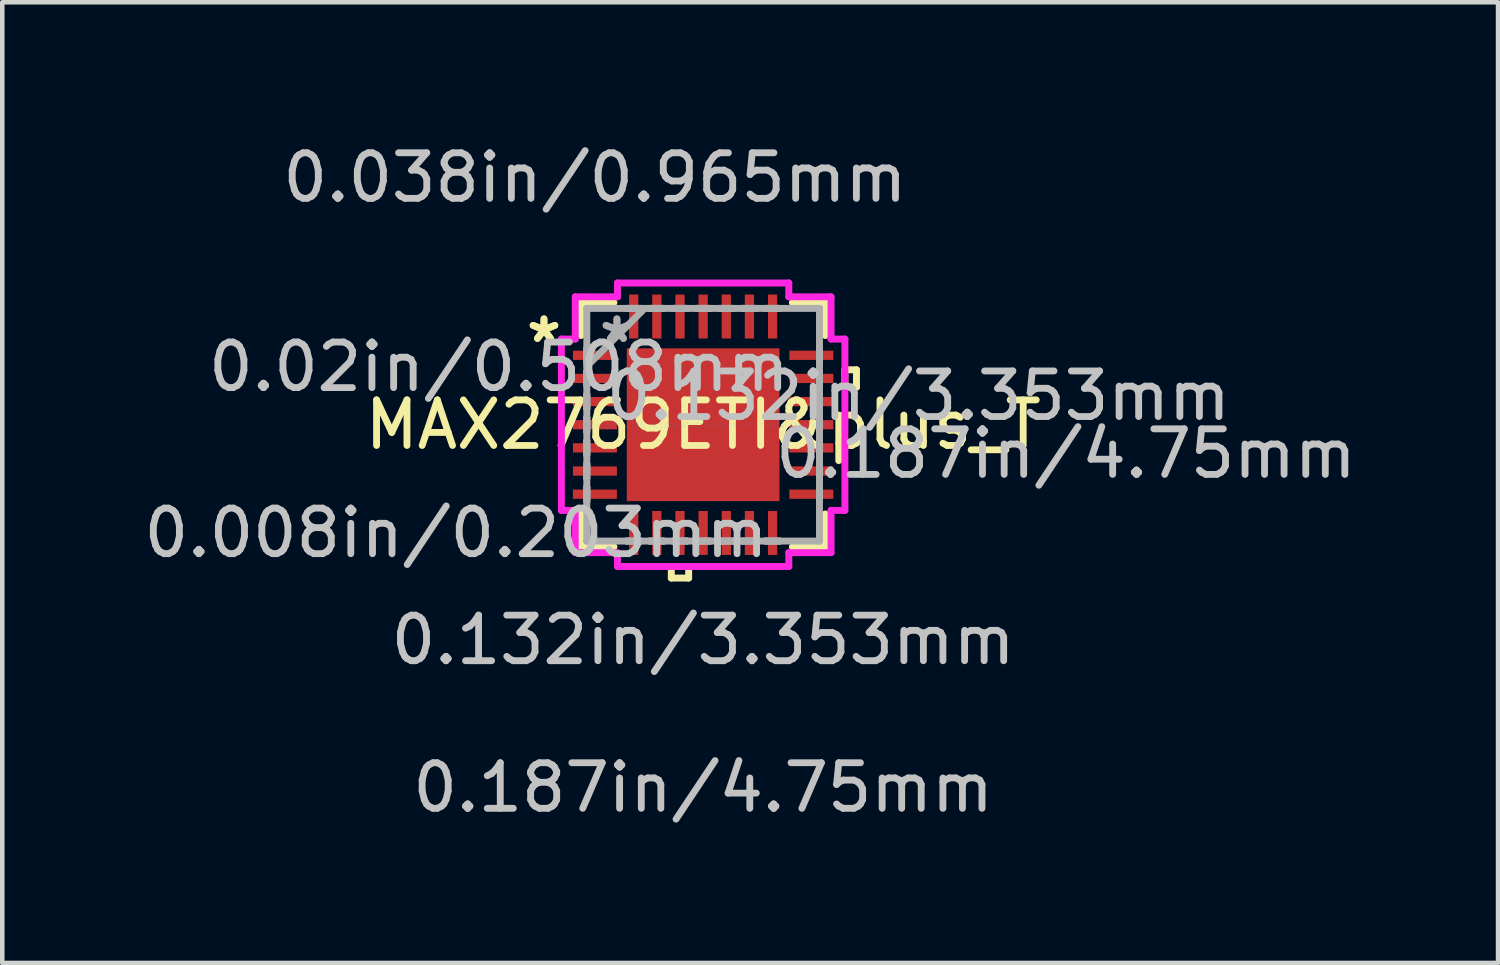
<source format=kicad_pcb>
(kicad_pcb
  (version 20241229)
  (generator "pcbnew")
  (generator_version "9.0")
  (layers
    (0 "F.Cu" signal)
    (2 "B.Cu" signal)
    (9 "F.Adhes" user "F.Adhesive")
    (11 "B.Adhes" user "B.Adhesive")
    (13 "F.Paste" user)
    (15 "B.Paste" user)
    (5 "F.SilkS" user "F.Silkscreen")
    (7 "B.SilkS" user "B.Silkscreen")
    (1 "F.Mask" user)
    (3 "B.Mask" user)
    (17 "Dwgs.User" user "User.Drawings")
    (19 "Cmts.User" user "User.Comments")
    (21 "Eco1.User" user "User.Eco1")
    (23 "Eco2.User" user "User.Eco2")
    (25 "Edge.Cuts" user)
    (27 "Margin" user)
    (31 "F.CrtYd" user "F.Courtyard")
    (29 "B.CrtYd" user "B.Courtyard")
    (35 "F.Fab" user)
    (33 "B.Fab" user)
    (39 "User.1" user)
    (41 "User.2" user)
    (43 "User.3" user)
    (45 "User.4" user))
  (footprint "MAX2769ETI&plus_T"
    (layer "F.Cu")
    (at 12.381 6.271)
    (property "Reference" "MAX2769ETI&plus_T" (at 0 0 0) (layer "F.SilkS") (effects (font (size 1 1) (thickness 0.15))))
    (attr through_hole)
    (fp_line (start -2.68 -2.68) (end -2.68 -1.958) (stroke (width 0.152) (type solid)) (layer "F.SilkS"))
    (fp_line (start -2.68 1.958) (end -2.68 2.68) (stroke (width 0.152) (type solid)) (layer "F.SilkS"))
    (fp_line (start -2.68 2.68) (end -1.958 2.68) (stroke (width 0.152) (type solid)) (layer "F.SilkS"))
    (fp_line (start -1.958 -2.68) (end -2.68 -2.68) (stroke (width 0.152) (type solid)) (layer "F.SilkS"))
    (fp_line (start -0.699 3.111) (end -0.699 3.365) (stroke (width 0.152) (type solid)) (layer "F.SilkS"))
    (fp_line (start -0.699 3.365) (end -0.318 3.365) (stroke (width 0.152) (type solid)) (layer "F.SilkS"))
    (fp_line (start -0.318 3.111) (end -0.699 3.111) (stroke (width 0.152) (type solid)) (layer "F.SilkS"))
    (fp_line (start -0.318 3.365) (end -0.318 3.111) (stroke (width 0.152) (type solid)) (layer "F.SilkS"))
    (fp_line (start 1.958 2.68) (end 2.68 2.68) (stroke (width 0.152) (type solid)) (layer "F.SilkS"))
    (fp_line (start 2.68 -2.68) (end 1.958 -2.68) (stroke (width 0.152) (type solid)) (layer "F.SilkS"))
    (fp_line (start 2.68 -1.958) (end 2.68 -2.68) (stroke (width 0.152) (type solid)) (layer "F.SilkS"))
    (fp_line (start 2.68 2.68) (end 2.68 1.958) (stroke (width 0.152) (type solid)) (layer "F.SilkS"))
    (fp_line (start 3.111 -1.206) (end 3.365 -1.206) (stroke (width 0.152) (type solid)) (layer "F.SilkS"))
    (fp_line (start 3.111 -0.826) (end 3.111 -1.206) (stroke (width 0.152) (type solid)) (layer "F.SilkS"))
    (fp_line (start 3.365 -1.206) (end 3.365 -0.826) (stroke (width 0.152) (type solid)) (layer "F.SilkS"))
    (fp_line (start 3.365 -0.826) (end 3.111 -0.826) (stroke (width 0.152) (type solid)) (layer "F.SilkS"))
    (fp_line (start -1.576 -1.576) (end -1.576 -0.1) (stroke (width 0.152) (type solid)) (layer "F.Paste"))
    (fp_line (start -1.576 -0.1) (end -0.1 -0.1) (stroke (width 0.152) (type solid)) (layer "F.Paste"))
    (fp_line (start -1.576 0.1) (end -1.576 1.576) (stroke (width 0.152) (type solid)) (layer "F.Paste"))
    (fp_line (start -1.576 1.576) (end -0.1 1.576) (stroke (width 0.152) (type solid)) (layer "F.Paste"))
    (fp_line (start -0.1 -1.576) (end -1.576 -1.576) (stroke (width 0.152) (type solid)) (layer "F.Paste"))
    (fp_line (start -0.1 -0.1) (end -0.1 -1.576) (stroke (width 0.152) (type solid)) (layer "F.Paste"))
    (fp_line (start -0.1 0.1) (end -1.576 0.1) (stroke (width 0.152) (type solid)) (layer "F.Paste"))
    (fp_line (start -0.1 1.576) (end -0.1 0.1) (stroke (width 0.152) (type solid)) (layer "F.Paste"))
    (fp_line (start 0.1 -1.576) (end 0.1 -0.1) (stroke (width 0.152) (type solid)) (layer "F.Paste"))
    (fp_line (start 0.1 -0.1) (end 1.576 -0.1) (stroke (width 0.152) (type solid)) (layer "F.Paste"))
    (fp_line (start 0.1 0.1) (end 0.1 1.576) (stroke (width 0.152) (type solid)) (layer "F.Paste"))
    (fp_line (start 0.1 1.576) (end 1.576 1.576) (stroke (width 0.152) (type solid)) (layer "F.Paste"))
    (fp_line (start 1.576 -1.576) (end 0.1 -1.576) (stroke (width 0.152) (type solid)) (layer "F.Paste"))
    (fp_line (start 1.576 -0.1) (end 1.576 -1.576) (stroke (width 0.152) (type solid)) (layer "F.Paste"))
    (fp_line (start 1.576 0.1) (end 0.1 0.1) (stroke (width 0.152) (type solid)) (layer "F.Paste"))
    (fp_line (start 1.576 1.576) (end 1.576 0.1) (stroke (width 0.152) (type solid)) (layer "F.Paste"))
    (fp_line (start -3.111 -1.88) (end -2.807 -1.88) (stroke (width 0.152) (type solid)) (layer "F.CrtYd"))
    (fp_line (start -3.111 1.88) (end -3.111 -1.88) (stroke (width 0.152) (type solid)) (layer "F.CrtYd"))
    (fp_line (start -2.807 -2.807) (end -1.88 -2.807) (stroke (width 0.152) (type solid)) (layer "F.CrtYd"))
    (fp_line (start -2.807 -1.88) (end -2.807 -2.807) (stroke (width 0.152) (type solid)) (layer "F.CrtYd"))
    (fp_line (start -2.807 1.88) (end -3.111 1.88) (stroke (width 0.152) (type solid)) (layer "F.CrtYd"))
    (fp_line (start -2.807 2.807) (end -2.807 1.88) (stroke (width 0.152) (type solid)) (layer "F.CrtYd"))
    (fp_line (start -1.88 -3.111) (end 1.88 -3.111) (stroke (width 0.152) (type solid)) (layer "F.CrtYd"))
    (fp_line (start -1.88 -2.807) (end -1.88 -3.111) (stroke (width 0.152) (type solid)) (layer "F.CrtYd"))
    (fp_line (start -1.88 2.807) (end -2.807 2.807) (stroke (width 0.152) (type solid)) (layer "F.CrtYd"))
    (fp_line (start -1.88 3.111) (end -1.88 2.807) (stroke (width 0.152) (type solid)) (layer "F.CrtYd"))
    (fp_line (start 1.88 -3.111) (end 1.88 -2.807) (stroke (width 0.152) (type solid)) (layer "F.CrtYd"))
    (fp_line (start 1.88 -2.807) (end 2.807 -2.807) (stroke (width 0.152) (type solid)) (layer "F.CrtYd"))
    (fp_line (start 1.88 2.807) (end 1.88 3.111) (stroke (width 0.152) (type solid)) (layer "F.CrtYd"))
    (fp_line (start 1.88 3.111) (end -1.88 3.111) (stroke (width 0.152) (type solid)) (layer "F.CrtYd"))
    (fp_line (start 2.807 -2.807) (end 2.807 -1.88) (stroke (width 0.152) (type solid)) (layer "F.CrtYd"))
    (fp_line (start 2.807 -1.88) (end 3.111 -1.88) (stroke (width 0.152) (type solid)) (layer "F.CrtYd"))
    (fp_line (start 2.807 1.88) (end 2.807 2.807) (stroke (width 0.152) (type solid)) (layer "F.CrtYd"))
    (fp_line (start 2.807 2.807) (end 1.88 2.807) (stroke (width 0.152) (type solid)) (layer "F.CrtYd"))
    (fp_line (start 3.111 -1.88) (end 3.111 1.88) (stroke (width 0.152) (type solid)) (layer "F.CrtYd"))
    (fp_line (start 3.111 1.88) (end 2.807 1.88) (stroke (width 0.152) (type solid)) (layer "F.CrtYd"))
    (fp_line (start -2.553 -2.553) (end -2.553 -2.553) (stroke (width 0.152) (type solid)) (layer "F.Fab"))
    (fp_line (start -2.553 -2.553) (end -2.553 2.553) (stroke (width 0.152) (type solid)) (layer "F.Fab"))
    (fp_line (start -2.553 -1.676) (end -2.553 -1.676) (stroke (width 0.152) (type solid)) (layer "F.Fab"))
    (fp_line (start -2.553 -1.676) (end -2.553 -1.372) (stroke (width 0.152) (type solid)) (layer "F.Fab"))
    (fp_line (start -2.553 -1.372) (end -2.553 -1.676) (stroke (width 0.152) (type solid)) (layer "F.Fab"))
    (fp_line (start -2.553 -1.372) (end -2.553 -1.372) (stroke (width 0.152) (type solid)) (layer "F.Fab"))
    (fp_line (start -2.553 -1.283) (end -1.283 -2.553) (stroke (width 0.152) (type solid)) (layer "F.Fab"))
    (fp_line (start -2.553 -1.168) (end -2.553 -1.168) (stroke (width 0.152) (type solid)) (layer "F.Fab"))
    (fp_line (start -2.553 -1.168) (end -2.553 -0.864) (stroke (width 0.152) (type solid)) (layer "F.Fab"))
    (fp_line (start -2.553 -0.864) (end -2.553 -1.168) (stroke (width 0.152) (type solid)) (layer "F.Fab"))
    (fp_line (start -2.553 -0.864) (end -2.553 -0.864) (stroke (width 0.152) (type solid)) (layer "F.Fab"))
    (fp_line (start -2.553 -0.66) (end -2.553 -0.66) (stroke (width 0.152) (type solid)) (layer "F.Fab"))
    (fp_line (start -2.553 -0.66) (end -2.553 -0.356) (stroke (width 0.152) (type solid)) (layer "F.Fab"))
    (fp_line (start -2.553 -0.356) (end -2.553 -0.66) (stroke (width 0.152) (type solid)) (layer "F.Fab"))
    (fp_line (start -2.553 -0.356) (end -2.553 -0.356) (stroke (width 0.152) (type solid)) (layer "F.Fab"))
    (fp_line (start -2.553 -0.152) (end -2.553 -0.152) (stroke (width 0.152) (type solid)) (layer "F.Fab"))
    (fp_line (start -2.553 -0.152) (end -2.553 0.152) (stroke (width 0.152) (type solid)) (layer "F.Fab"))
    (fp_line (start -2.553 0.152) (end -2.553 -0.152) (stroke (width 0.152) (type solid)) (layer "F.Fab"))
    (fp_line (start -2.553 0.152) (end -2.553 0.152) (stroke (width 0.152) (type solid)) (layer "F.Fab"))
    (fp_line (start -2.553 0.356) (end -2.553 0.356) (stroke (width 0.152) (type solid)) (layer "F.Fab"))
    (fp_line (start -2.553 0.356) (end -2.553 0.66) (stroke (width 0.152) (type solid)) (layer "F.Fab"))
    (fp_line (start -2.553 0.66) (end -2.553 0.356) (stroke (width 0.152) (type solid)) (layer "F.Fab"))
    (fp_line (start -2.553 0.66) (end -2.553 0.66) (stroke (width 0.152) (type solid)) (layer "F.Fab"))
    (fp_line (start -2.553 0.864) (end -2.553 0.864) (stroke (width 0.152) (type solid)) (layer "F.Fab"))
    (fp_line (start -2.553 0.864) (end -2.553 1.168) (stroke (width 0.152) (type solid)) (layer "F.Fab"))
    (fp_line (start -2.553 1.168) (end -2.553 0.864) (stroke (width 0.152) (type solid)) (layer "F.Fab"))
    (fp_line (start -2.553 1.168) (end -2.553 1.168) (stroke (width 0.152) (type solid)) (layer "F.Fab"))
    (fp_line (start -2.553 1.372) (end -2.553 1.372) (stroke (width 0.152) (type solid)) (layer "F.Fab"))
    (fp_line (start -2.553 1.372) (end -2.553 1.676) (stroke (width 0.152) (type solid)) (layer "F.Fab"))
    (fp_line (start -2.553 1.676) (end -2.553 1.372) (stroke (width 0.152) (type solid)) (layer "F.Fab"))
    (fp_line (start -2.553 1.676) (end -2.553 1.676) (stroke (width 0.152) (type solid)) (layer "F.Fab"))
    (fp_line (start -2.553 2.553) (end -2.553 2.553) (stroke (width 0.152) (type solid)) (layer "F.Fab"))
    (fp_line (start -2.553 2.553) (end 2.553 2.553) (stroke (width 0.152) (type solid)) (layer "F.Fab"))
    (fp_line (start -1.676 -2.553) (end -1.676 -2.553) (stroke (width 0.152) (type solid)) (layer "F.Fab"))
    (fp_line (start -1.676 -2.553) (end -1.372 -2.553) (stroke (width 0.152) (type solid)) (layer "F.Fab"))
    (fp_line (start -1.676 2.553) (end -1.676 2.553) (stroke (width 0.152) (type solid)) (layer "F.Fab"))
    (fp_line (start -1.676 2.553) (end -1.372 2.553) (stroke (width 0.152) (type solid)) (layer "F.Fab"))
    (fp_line (start -1.372 -2.553) (end -1.676 -2.553) (stroke (width 0.152) (type solid)) (layer "F.Fab"))
    (fp_line (start -1.372 -2.553) (end -1.372 -2.553) (stroke (width 0.152) (type solid)) (layer "F.Fab"))
    (fp_line (start -1.372 2.553) (end -1.676 2.553) (stroke (width 0.152) (type solid)) (layer "F.Fab"))
    (fp_line (start -1.372 2.553) (end -1.372 2.553) (stroke (width 0.152) (type solid)) (layer "F.Fab"))
    (fp_line (start -1.168 -2.553) (end -1.168 -2.553) (stroke (width 0.152) (type solid)) (layer "F.Fab"))
    (fp_line (start -1.168 -2.553) (end -0.864 -2.553) (stroke (width 0.152) (type solid)) (layer "F.Fab"))
    (fp_line (start -1.168 2.553) (end -1.168 2.553) (stroke (width 0.152) (type solid)) (layer "F.Fab"))
    (fp_line (start -1.168 2.553) (end -0.864 2.553) (stroke (width 0.152) (type solid)) (layer "F.Fab"))
    (fp_line (start -0.864 -2.553) (end -1.168 -2.553) (stroke (width 0.152) (type solid)) (layer "F.Fab"))
    (fp_line (start -0.864 -2.553) (end -0.864 -2.553) (stroke (width 0.152) (type solid)) (layer "F.Fab"))
    (fp_line (start -0.864 2.553) (end -1.168 2.553) (stroke (width 0.152) (type solid)) (layer "F.Fab"))
    (fp_line (start -0.864 2.553) (end -0.864 2.553) (stroke (width 0.152) (type solid)) (layer "F.Fab"))
    (fp_line (start -0.66 -2.553) (end -0.66 -2.553) (stroke (width 0.152) (type solid)) (layer "F.Fab"))
    (fp_line (start -0.66 -2.553) (end -0.356 -2.553) (stroke (width 0.152) (type solid)) (layer "F.Fab"))
    (fp_line (start -0.66 2.553) (end -0.66 2.553) (stroke (width 0.152) (type solid)) (layer "F.Fab"))
    (fp_line (start -0.66 2.553) (end -0.356 2.553) (stroke (width 0.152) (type solid)) (layer "F.Fab"))
    (fp_line (start -0.356 -2.553) (end -0.66 -2.553) (stroke (width 0.152) (type solid)) (layer "F.Fab"))
    (fp_line (start -0.356 -2.553) (end -0.356 -2.553) (stroke (width 0.152) (type solid)) (layer "F.Fab"))
    (fp_line (start -0.356 2.553) (end -0.66 2.553) (stroke (width 0.152) (type solid)) (layer "F.Fab"))
    (fp_line (start -0.356 2.553) (end -0.356 2.553) (stroke (width 0.152) (type solid)) (layer "F.Fab"))
    (fp_line (start -0.152 -2.553) (end -0.152 -2.553) (stroke (width 0.152) (type solid)) (layer "F.Fab"))
    (fp_line (start -0.152 -2.553) (end 0.152 -2.553) (stroke (width 0.152) (type solid)) (layer "F.Fab"))
    (fp_line (start -0.152 2.553) (end -0.152 2.553) (stroke (width 0.152) (type solid)) (layer "F.Fab"))
    (fp_line (start -0.152 2.553) (end 0.152 2.553) (stroke (width 0.152) (type solid)) (layer "F.Fab"))
    (fp_line (start 0.152 -2.553) (end -0.152 -2.553) (stroke (width 0.152) (type solid)) (layer "F.Fab"))
    (fp_line (start 0.152 -2.553) (end 0.152 -2.553) (stroke (width 0.152) (type solid)) (layer "F.Fab"))
    (fp_line (start 0.152 2.553) (end -0.152 2.553) (stroke (width 0.152) (type solid)) (layer "F.Fab"))
    (fp_line (start 0.152 2.553) (end 0.152 2.553) (stroke (width 0.152) (type solid)) (layer "F.Fab"))
    (fp_line (start 0.356 -2.553) (end 0.356 -2.553) (stroke (width 0.152) (type solid)) (layer "F.Fab"))
    (fp_line (start 0.356 -2.553) (end 0.66 -2.553) (stroke (width 0.152) (type solid)) (layer "F.Fab"))
    (fp_line (start 0.356 2.553) (end 0.356 2.553) (stroke (width 0.152) (type solid)) (layer "F.Fab"))
    (fp_line (start 0.356 2.553) (end 0.66 2.553) (stroke (width 0.152) (type solid)) (layer "F.Fab"))
    (fp_line (start 0.66 -2.553) (end 0.356 -2.553) (stroke (width 0.152) (type solid)) (layer "F.Fab"))
    (fp_line (start 0.66 -2.553) (end 0.66 -2.553) (stroke (width 0.152) (type solid)) (layer "F.Fab"))
    (fp_line (start 0.66 2.553) (end 0.356 2.553) (stroke (width 0.152) (type solid)) (layer "F.Fab"))
    (fp_line (start 0.66 2.553) (end 0.66 2.553) (stroke (width 0.152) (type solid)) (layer "F.Fab"))
    (fp_line (start 0.864 -2.553) (end 0.864 -2.553) (stroke (width 0.152) (type solid)) (layer "F.Fab"))
    (fp_line (start 0.864 -2.553) (end 1.168 -2.553) (stroke (width 0.152) (type solid)) (layer "F.Fab"))
    (fp_line (start 0.864 2.553) (end 0.864 2.553) (stroke (width 0.152) (type solid)) (layer "F.Fab"))
    (fp_line (start 0.864 2.553) (end 1.168 2.553) (stroke (width 0.152) (type solid)) (layer "F.Fab"))
    (fp_line (start 1.168 -2.553) (end 0.864 -2.553) (stroke (width 0.152) (type solid)) (layer "F.Fab"))
    (fp_line (start 1.168 -2.553) (end 1.168 -2.553) (stroke (width 0.152) (type solid)) (layer "F.Fab"))
    (fp_line (start 1.168 2.553) (end 0.864 2.553) (stroke (width 0.152) (type solid)) (layer "F.Fab"))
    (fp_line (start 1.168 2.553) (end 1.168 2.553) (stroke (width 0.152) (type solid)) (layer "F.Fab"))
    (fp_line (start 1.372 -2.553) (end 1.372 -2.553) (stroke (width 0.152) (type solid)) (layer "F.Fab"))
    (fp_line (start 1.372 -2.553) (end 1.676 -2.553) (stroke (width 0.152) (type solid)) (layer "F.Fab"))
    (fp_line (start 1.372 2.553) (end 1.372 2.553) (stroke (width 0.152) (type solid)) (layer "F.Fab"))
    (fp_line (start 1.372 2.553) (end 1.676 2.553) (stroke (width 0.152) (type solid)) (layer "F.Fab"))
    (fp_line (start 1.676 -2.553) (end 1.372 -2.553) (stroke (width 0.152) (type solid)) (layer "F.Fab"))
    (fp_line (start 1.676 -2.553) (end 1.676 -2.553) (stroke (width 0.152) (type solid)) (layer "F.Fab"))
    (fp_line (start 1.676 2.553) (end 1.372 2.553) (stroke (width 0.152) (type solid)) (layer "F.Fab"))
    (fp_line (start 1.676 2.553) (end 1.676 2.553) (stroke (width 0.152) (type solid)) (layer "F.Fab"))
    (fp_line (start 2.553 -2.553) (end -2.553 -2.553) (stroke (width 0.152) (type solid)) (layer "F.Fab"))
    (fp_line (start 2.553 -2.553) (end 2.553 -2.553) (stroke (width 0.152) (type solid)) (layer "F.Fab"))
    (fp_line (start 2.553 -1.676) (end 2.553 -1.676) (stroke (width 0.152) (type solid)) (layer "F.Fab"))
    (fp_line (start 2.553 -1.676) (end 2.553 -1.372) (stroke (width 0.152) (type solid)) (layer "F.Fab"))
    (fp_line (start 2.553 -1.372) (end 2.553 -1.676) (stroke (width 0.152) (type solid)) (layer "F.Fab"))
    (fp_line (start 2.553 -1.372) (end 2.553 -1.372) (stroke (width 0.152) (type solid)) (layer "F.Fab"))
    (fp_line (start 2.553 -1.168) (end 2.553 -1.168) (stroke (width 0.152) (type solid)) (layer "F.Fab"))
    (fp_line (start 2.553 -1.168) (end 2.553 -0.864) (stroke (width 0.152) (type solid)) (layer "F.Fab"))
    (fp_line (start 2.553 -0.864) (end 2.553 -1.168) (stroke (width 0.152) (type solid)) (layer "F.Fab"))
    (fp_line (start 2.553 -0.864) (end 2.553 -0.864) (stroke (width 0.152) (type solid)) (layer "F.Fab"))
    (fp_line (start 2.553 -0.66) (end 2.553 -0.66) (stroke (width 0.152) (type solid)) (layer "F.Fab"))
    (fp_line (start 2.553 -0.66) (end 2.553 -0.356) (stroke (width 0.152) (type solid)) (layer "F.Fab"))
    (fp_line (start 2.553 -0.356) (end 2.553 -0.66) (stroke (width 0.152) (type solid)) (layer "F.Fab"))
    (fp_line (start 2.553 -0.356) (end 2.553 -0.356) (stroke (width 0.152) (type solid)) (layer "F.Fab"))
    (fp_line (start 2.553 -0.152) (end 2.553 -0.152) (stroke (width 0.152) (type solid)) (layer "F.Fab"))
    (fp_line (start 2.553 -0.152) (end 2.553 0.152) (stroke (width 0.152) (type solid)) (layer "F.Fab"))
    (fp_line (start 2.553 0.152) (end 2.553 -0.152) (stroke (width 0.152) (type solid)) (layer "F.Fab"))
    (fp_line (start 2.553 0.152) (end 2.553 0.152) (stroke (width 0.152) (type solid)) (layer "F.Fab"))
    (fp_line (start 2.553 0.356) (end 2.553 0.356) (stroke (width 0.152) (type solid)) (layer "F.Fab"))
    (fp_line (start 2.553 0.356) (end 2.553 0.66) (stroke (width 0.152) (type solid)) (layer "F.Fab"))
    (fp_line (start 2.553 0.66) (end 2.553 0.356) (stroke (width 0.152) (type solid)) (layer "F.Fab"))
    (fp_line (start 2.553 0.66) (end 2.553 0.66) (stroke (width 0.152) (type solid)) (layer "F.Fab"))
    (fp_line (start 2.553 0.864) (end 2.553 0.864) (stroke (width 0.152) (type solid)) (layer "F.Fab"))
    (fp_line (start 2.553 0.864) (end 2.553 1.168) (stroke (width 0.152) (type solid)) (layer "F.Fab"))
    (fp_line (start 2.553 1.168) (end 2.553 0.864) (stroke (width 0.152) (type solid)) (layer "F.Fab"))
    (fp_line (start 2.553 1.168) (end 2.553 1.168) (stroke (width 0.152) (type solid)) (layer "F.Fab"))
    (fp_line (start 2.553 1.372) (end 2.553 1.372) (stroke (width 0.152) (type solid)) (layer "F.Fab"))
    (fp_line (start 2.553 1.372) (end 2.553 1.676) (stroke (width 0.152) (type solid)) (layer "F.Fab"))
    (fp_line (start 2.553 1.676) (end 2.553 1.372) (stroke (width 0.152) (type solid)) (layer "F.Fab"))
    (fp_line (start 2.553 1.676) (end 2.553 1.676) (stroke (width 0.152) (type solid)) (layer "F.Fab"))
    (fp_line (start 2.553 2.553) (end 2.553 -2.553) (stroke (width 0.152) (type solid)) (layer "F.Fab"))
    (fp_line (start 2.553 2.553) (end 2.553 2.553) (stroke (width 0.152) (type solid)) (layer "F.Fab"))
    (fp_text user "*" (at -3.493 -1.778 0) (layer "F.SilkS") (effects (font (size 1 1) (thickness 0.15))))
    (fp_text user "*" (at -3.493 -1.778 0) (layer "F.SilkS") (effects (font (size 1 1) (thickness 0.15))))
    (fp_text user "0.008in/0.203mm" (at -5.423 2.375 0) (layer "Dwgs.User") (effects (font (size 1 1) (thickness 0.15))))
    (fp_text user "0.02in/0.508mm" (at -4.483 -1.27 0) (layer "Dwgs.User") (effects (font (size 1 1) (thickness 0.15))))
    (fp_text user "0.187in/4.75mm" (at 7.963 0.635 0) (layer "Dwgs.User") (effects (font (size 1 1) (thickness 0.15))))
    (fp_text user "0.187in/4.75mm" (at 0 7.963 0) (layer "Dwgs.User") (effects (font (size 1 1) (thickness 0.15))))
    (fp_text user "0.132in/3.353mm" (at 4.724 -0.635 0) (layer "Dwgs.User") (effects (font (size 1 1) (thickness 0.15))))
    (fp_text user "0.038in/0.965mm" (at -2.375 -5.423 0) (layer "Dwgs.User") (effects (font (size 1 1) (thickness 0.15))))
    (fp_text user "0.132in/3.353mm" (at 0 4.724 0) (layer "Dwgs.User") (effects (font (size 1 1) (thickness 0.15))))
    (fp_text user "Copyright 2016 Accelerated Designs. All rights reserved." (at 0 0 0) (layer "Cmts.User") (effects (font (size 0.127 0.127) (thickness 0.002))))
    (fp_text user "*" (at -1.892 -1.778 0) (layer "F.Fab") (effects (font (size 1 1) (thickness 0.15))))
    (fp_text user "*" (at -1.892 -1.778 0) (layer "F.Fab") (effects (font (size 1 1) (thickness 0.15))))
    (pad "1" smd rect (at -2.375 -1.524 90) (size 0.203 0.965) (layers "F.Cu" "F.Mask" "F.Paste"))
    (pad "2" smd rect (at -2.375 -1.016 90) (size 0.203 0.965) (layers "F.Cu" "F.Mask" "F.Paste"))
    (pad "3" smd rect (at -2.375 -0.508 90) (size 0.203 0.965) (layers "F.Cu" "F.Mask" "F.Paste"))
    (pad "4" smd rect (at -2.375 0 90) (size 0.203 0.965) (layers "F.Cu" "F.Mask" "F.Paste"))
    (pad "5" smd rect (at -2.375 0.508 90) (size 0.203 0.965) (layers "F.Cu" "F.Mask" "F.Paste"))
    (pad "6" smd rect (at -2.375 1.016 90) (size 0.203 0.965) (layers "F.Cu" "F.Mask" "F.Paste"))
    (pad "7" smd rect (at -2.375 1.524 90) (size 0.203 0.965) (layers "F.Cu" "F.Mask" "F.Paste"))
    (pad "8" smd rect (at -1.524 2.375) (size 0.203 0.965) (layers "F.Cu" "F.Mask" "F.Paste"))
    (pad "9" smd rect (at -1.016 2.375) (size 0.203 0.965) (layers "F.Cu" "F.Mask" "F.Paste"))
    (pad "10" smd rect (at -0.508 2.375) (size 0.203 0.965) (layers "F.Cu" "F.Mask" "F.Paste"))
    (pad "11" smd rect (at 0 2.375) (size 0.203 0.965) (layers "F.Cu" "F.Mask" "F.Paste"))
    (pad "12" smd rect (at 0.508 2.375) (size 0.203 0.965) (layers "F.Cu" "F.Mask" "F.Paste"))
    (pad "13" smd rect (at 1.016 2.375) (size 0.203 0.965) (layers "F.Cu" "F.Mask" "F.Paste"))
    (pad "14" smd rect (at 1.524 2.375) (size 0.203 0.965) (layers "F.Cu" "F.Mask" "F.Paste"))
    (pad "15" smd rect (at 2.375 1.524 90) (size 0.203 0.965) (layers "F.Cu" "F.Mask" "F.Paste"))
    (pad "16" smd rect (at 2.375 1.016 90) (size 0.203 0.965) (layers "F.Cu" "F.Mask" "F.Paste"))
    (pad "17" smd rect (at 2.375 0.508 90) (size 0.203 0.965) (layers "F.Cu" "F.Mask" "F.Paste"))
    (pad "18" smd rect (at 2.375 0 90) (size 0.203 0.965) (layers "F.Cu" "F.Mask" "F.Paste"))
    (pad "19" smd rect (at 2.375 -0.508 90) (size 0.203 0.965) (layers "F.Cu" "F.Mask" "F.Paste"))
    (pad "20" smd rect (at 2.375 -1.016 90) (size 0.203 0.965) (layers "F.Cu" "F.Mask" "F.Paste"))
    (pad "21" smd rect (at 2.375 -1.524 90) (size 0.203 0.965) (layers "F.Cu" "F.Mask" "F.Paste"))
    (pad "22" smd rect (at 1.524 -2.375) (size 0.203 0.965) (layers "F.Cu" "F.Mask" "F.Paste"))
    (pad "23" smd rect (at 1.016 -2.375) (size 0.203 0.965) (layers "F.Cu" "F.Mask" "F.Paste"))
    (pad "24" smd rect (at 0.508 -2.375) (size 0.203 0.965) (layers "F.Cu" "F.Mask" "F.Paste"))
    (pad "25" smd rect (at 0 -2.375) (size 0.203 0.965) (layers "F.Cu" "F.Mask" "F.Paste"))
    (pad "26" smd rect (at -0.508 -2.375) (size 0.203 0.965) (layers "F.Cu" "F.Mask" "F.Paste"))
    (pad "27" smd rect (at -1.016 -2.375) (size 0.203 0.965) (layers "F.Cu" "F.Mask" "F.Paste"))
    (pad "28" smd rect (at -1.524 -2.375) (size 0.203 0.965) (layers "F.Cu" "F.Mask" "F.Paste"))
    (pad "29" smd rect (at 0 0) (size 3.353 3.353) (layers "F.Cu" "F.Mask" "F.Paste")))
  (gr_rect
    (start -3 -3)
    (end 29.826 18.082)
    (stroke (width 0.1) (type default))
    (fill no)
    (layer "Edge.Cuts")))
</source>
